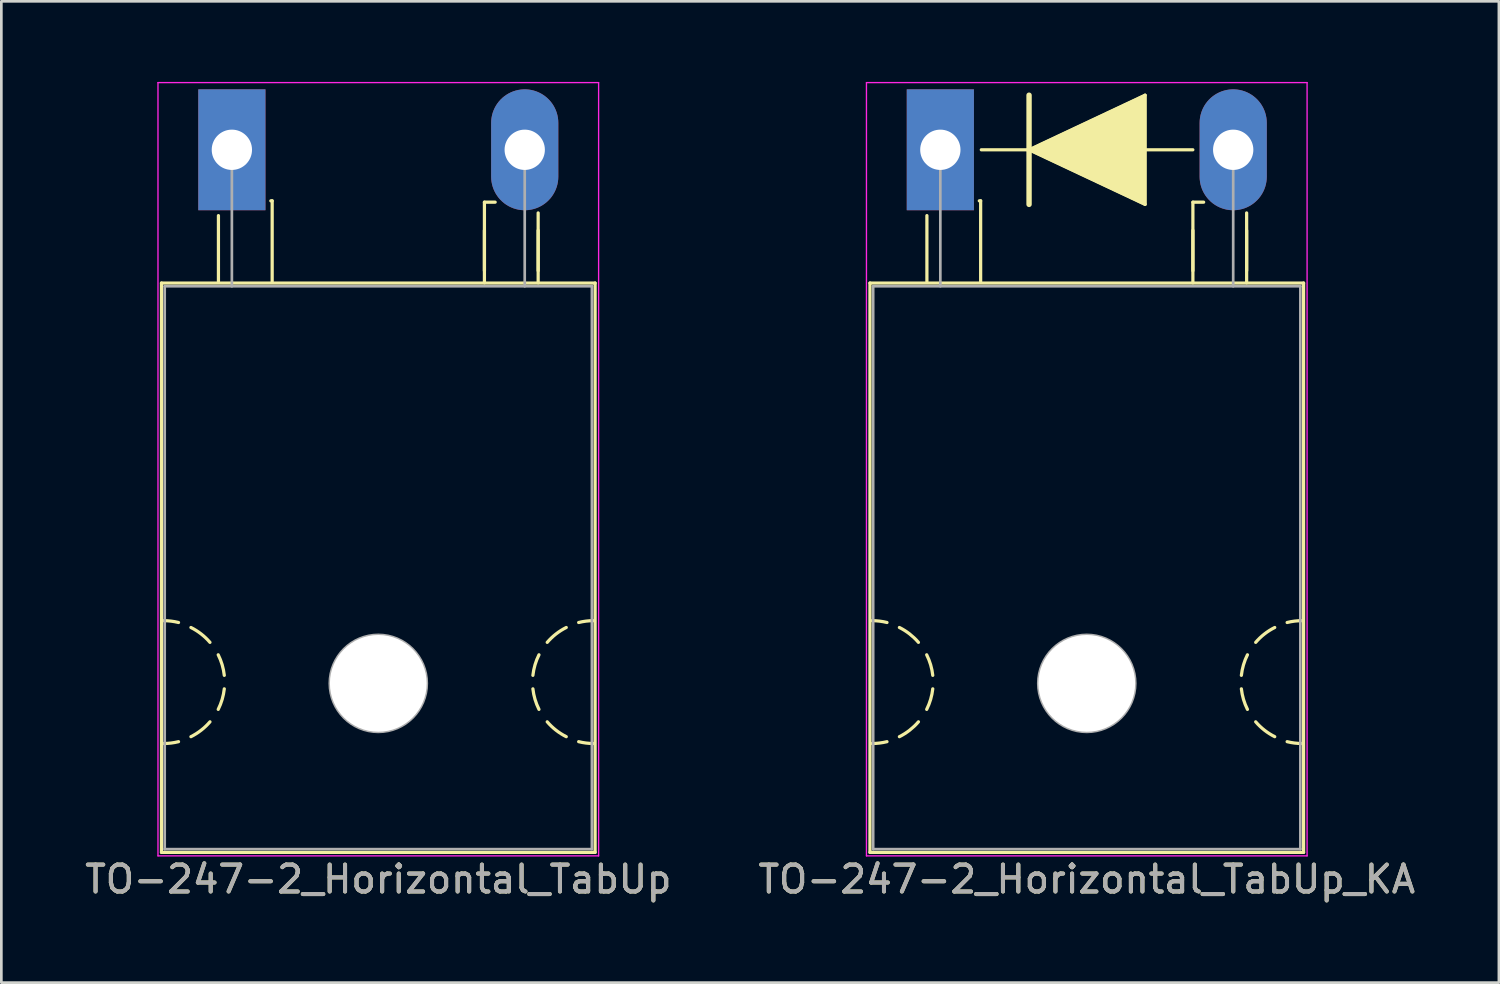
<source format=kicad_pcb>
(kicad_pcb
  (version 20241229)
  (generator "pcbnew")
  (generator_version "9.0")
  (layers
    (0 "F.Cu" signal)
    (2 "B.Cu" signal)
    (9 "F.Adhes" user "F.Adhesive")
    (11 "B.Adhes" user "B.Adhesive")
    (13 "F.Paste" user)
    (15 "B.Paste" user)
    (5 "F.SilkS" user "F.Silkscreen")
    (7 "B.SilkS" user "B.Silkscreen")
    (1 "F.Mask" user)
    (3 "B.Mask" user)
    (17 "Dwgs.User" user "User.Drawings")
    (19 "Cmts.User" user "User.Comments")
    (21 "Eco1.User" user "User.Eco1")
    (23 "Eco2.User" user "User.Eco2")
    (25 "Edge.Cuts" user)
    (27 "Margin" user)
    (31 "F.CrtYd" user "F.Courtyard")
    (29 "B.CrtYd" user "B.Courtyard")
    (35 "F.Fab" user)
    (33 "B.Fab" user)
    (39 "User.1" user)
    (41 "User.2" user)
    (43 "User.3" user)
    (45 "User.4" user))
  (footprint "TO-247-2_Horizontal_TabUp_KA"
    (layer "F.Cu")
    (at 31.949 2.525)
    (property "Reference" "TO-247-2_Horizontal_TabUp_KA" (at 5.45 27.15 0) (layer "F.SilkS") (effects (font (size 1 1) (thickness 0.15))))
    (fp_line (start -2.62 4.96) (end -2.62 26.15) (stroke (width 0.12) (type solid)) (layer "F.SilkS"))
    (fp_line (start -2.62 4.96) (end 13.52 4.96) (stroke (width 0.12) (type solid)) (layer "F.SilkS"))
    (fp_line (start -2.62 26.15) (end 13.52 26.15) (stroke (width 0.12) (type solid)) (layer "F.SilkS"))
    (fp_line (start -0.5 4.9) (end -0.5 2.45) (stroke (width 0.12) (type solid)) (layer "F.SilkS"))
    (fp_line (start 1.5 1.9) (end 1.45 1.9) (stroke (width 0.12) (type solid)) (layer "F.SilkS"))
    (fp_line (start 1.5 4.9) (end 1.5 1.9) (stroke (width 0.12) (type solid)) (layer "F.SilkS"))
    (fp_line (start 1.524 0) (end 3.302 0) (stroke (width 0.12) (type solid)) (layer "F.SilkS"))
    (fp_line (start 3.302 0) (end 3.302 -2.032) (stroke (width 0.2) (type solid)) (layer "F.SilkS"))
    (fp_line (start 3.302 0) (end 7.62 -2.032) (stroke (width 0.12) (type solid)) (layer "F.SilkS"))
    (fp_line (start 3.302 2.032) (end 3.302 0) (stroke (width 0.2) (type solid)) (layer "F.SilkS"))
    (fp_line (start 7.62 -2.032) (end 7.62 2.032) (stroke (width 0.12) (type solid)) (layer "F.SilkS"))
    (fp_line (start 7.62 0) (end 9.398 0) (stroke (width 0.12) (type solid)) (layer "F.SilkS"))
    (fp_line (start 7.62 2.032) (end 3.302 0) (stroke (width 0.12) (type solid)) (layer "F.SilkS"))
    (fp_line (start 9.4 1.95) (end 9.8 1.95) (stroke (width 0.12) (type solid)) (layer "F.SilkS"))
    (fp_line (start 9.4 4.5) (end 9.4 3) (stroke (width 0.12) (type solid)) (layer "F.SilkS"))
    (fp_line (start 9.4 4.95) (end 9.4 1.95) (stroke (width 0.12) (type solid)) (layer "F.SilkS"))
    (fp_line (start 11.4 4.5) (end 11.4 3) (stroke (width 0.12) (type solid)) (layer "F.SilkS"))
    (fp_line (start 11.4 4.95) (end 11.4 2.35) (stroke (width 0.12) (type solid)) (layer "F.SilkS"))
    (fp_line (start 13.52 4.96) (end 13.52 26.15) (stroke (width 0.12) (type solid)) (layer "F.SilkS"))
    (fp_arc (start -2.54 17.526) (mid -2.260689 17.543128) (end -1.985564 17.594254) (stroke (width 0.12) (type solid)) (layer "F.SilkS"))
    (fp_arc (start -1.985564 22.029746) (mid -2.260689 22.080872) (end -2.54 22.098) (stroke (width 0.12) (type solid)) (layer "F.SilkS"))
    (fp_arc (start -1.524001 17.780001) (mid -1.14188 18.02132) (end -0.815088 18.333504) (stroke (width 0.12) (type solid)) (layer "F.SilkS"))
    (fp_arc (start -0.815087 21.290497) (mid -1.141879 21.60268) (end -1.524 21.844) (stroke (width 0.12) (type solid)) (layer "F.SilkS"))
    (fp_arc (start -0.508001 18.796001) (mid -0.361178 19.168563) (end -0.282051 19.561117) (stroke (width 0.12) (type solid)) (layer "F.SilkS"))
    (fp_arc (start -0.282051 20.062883) (mid -0.361178 20.455437) (end -0.508001 20.827999) (stroke (width 0.12) (type solid)) (layer "F.SilkS"))
    (fp_arc (start 11.204051 19.561117) (mid 11.283178 19.168563) (end 11.430001 18.796001) (stroke (width 0.12) (type solid)) (layer "F.SilkS"))
    (fp_arc (start 11.430001 20.827999) (mid 11.283178 20.455437) (end 11.204051 20.062883) (stroke (width 0.12) (type solid)) (layer "F.SilkS"))
    (fp_arc (start 11.737087 18.333503) (mid 12.063879 18.02132) (end 12.446 17.78) (stroke (width 0.12) (type solid)) (layer "F.SilkS"))
    (fp_arc (start 12.446001 21.843999) (mid 12.06388 21.60268) (end 11.737088 21.290496) (stroke (width 0.12) (type solid)) (layer "F.SilkS"))
    (fp_arc (start 12.907564 17.594254) (mid 13.182689 17.543128) (end 13.462 17.526) (stroke (width 0.12) (type solid)) (layer "F.SilkS"))
    (fp_arc (start 13.462 22.098) (mid 13.182689 22.080872) (end 12.907564 22.029746) (stroke (width 0.12) (type solid)) (layer "F.SilkS"))
    (fp_poly (pts (xy 7.62 2.032) (xy 3.302 0) (xy 7.62 -2.032)) (stroke (width 0.1) (type solid)) (fill yes) (layer "F.SilkS"))
    (fp_line (start -2.75 -2.5) (end -2.75 26.28) (stroke (width 0.05) (type solid)) (layer "F.CrtYd"))
    (fp_line (start -2.75 26.28) (end 13.65 26.28) (stroke (width 0.05) (type solid)) (layer "F.CrtYd"))
    (fp_line (start 13.65 -2.5) (end -2.75 -2.5) (stroke (width 0.05) (type solid)) (layer "F.CrtYd"))
    (fp_line (start 13.65 26.28) (end 13.65 -2.5) (stroke (width 0.05) (type solid)) (layer "F.CrtYd"))
    (fp_line (start -2.5 5.08) (end -2.5 26.03) (stroke (width 0.1) (type solid)) (layer "F.Fab"))
    (fp_line (start -2.5 26.03) (end 13.4 26.03) (stroke (width 0.1) (type solid)) (layer "F.Fab"))
    (fp_line (start 0 5.08) (end 0 0) (stroke (width 0.1) (type solid)) (layer "F.Fab"))
    (fp_line (start 10.9 5.08) (end 10.9 0) (stroke (width 0.1) (type solid)) (layer "F.Fab"))
    (fp_line (start 13.4 5.08) (end -2.5 5.08) (stroke (width 0.1) (type solid)) (layer "F.Fab"))
    (fp_line (start 13.4 26.03) (end 13.4 5.08) (stroke (width 0.1) (type solid)) (layer "F.Fab"))
    (fp_circle (center 5.45 19.86) (end 7.255 19.86) (stroke (width 0.1) (type solid)) (fill no) (layer "F.Fab"))
    (fp_text user "${REFERENCE}" (at 5.45 27.15 0) (layer "F.Fab") (effects (font (size 1 1) (thickness 0.15))))
    (pad "" np_thru_hole oval (at 5.45 19.86) (size 3.6 3.6) (drill 3.6) (layers "*.Cu" "*.Mask"))
    (pad "1" thru_hole rect (at 0 0) (size 2.5 4.5) (drill 1.5) (layers "*.Cu" "*.Mask"))
    (pad "2" thru_hole oval (at 10.9 0) (size 2.5 4.5) (drill 1.5) (layers "*.Cu" "*.Mask")))
  (footprint "TO-247-2_Horizontal_TabUp"
    (layer "F.Cu")
    (at 5.58 2.525)
    (property "Reference" "TO-247-2_Horizontal_TabUp" (at 5.45 27.15 0) (layer "F.SilkS") (effects (font (size 1 1) (thickness 0.15))))
    (attr through_hole)
    (fp_line (start -2.62 4.96) (end -2.62 26.15) (stroke (width 0.12) (type solid)) (layer "F.SilkS"))
    (fp_line (start -2.62 4.96) (end 13.52 4.96) (stroke (width 0.12) (type solid)) (layer "F.SilkS"))
    (fp_line (start -2.62 26.15) (end 13.52 26.15) (stroke (width 0.12) (type solid)) (layer "F.SilkS"))
    (fp_line (start -0.5 4.9) (end -0.5 2.45) (stroke (width 0.12) (type solid)) (layer "F.SilkS"))
    (fp_line (start 1.5 1.9) (end 1.45 1.9) (stroke (width 0.12) (type solid)) (layer "F.SilkS"))
    (fp_line (start 1.5 4.9) (end 1.5 1.9) (stroke (width 0.12) (type solid)) (layer "F.SilkS"))
    (fp_line (start 9.4 1.95) (end 9.8 1.95) (stroke (width 0.12) (type solid)) (layer "F.SilkS"))
    (fp_line (start 9.4 4.5) (end 9.4 3) (stroke (width 0.12) (type solid)) (layer "F.SilkS"))
    (fp_line (start 9.4 4.95) (end 9.4 1.95) (stroke (width 0.12) (type solid)) (layer "F.SilkS"))
    (fp_line (start 11.4 4.5) (end 11.4 3) (stroke (width 0.12) (type solid)) (layer "F.SilkS"))
    (fp_line (start 11.4 4.95) (end 11.4 2.35) (stroke (width 0.12) (type solid)) (layer "F.SilkS"))
    (fp_line (start 13.52 4.96) (end 13.52 26.15) (stroke (width 0.12) (type solid)) (layer "F.SilkS"))
    (fp_arc (start -2.54 17.526) (mid -2.260689 17.543128) (end -1.985564 17.594254) (stroke (width 0.12) (type solid)) (layer "F.SilkS"))
    (fp_arc (start -1.985564 22.029746) (mid -2.260689 22.080872) (end -2.54 22.098) (stroke (width 0.12) (type solid)) (layer "F.SilkS"))
    (fp_arc (start -1.524001 17.780001) (mid -1.14188 18.02132) (end -0.815088 18.333504) (stroke (width 0.12) (type solid)) (layer "F.SilkS"))
    (fp_arc (start -0.815087 21.290497) (mid -1.141879 21.60268) (end -1.524 21.844) (stroke (width 0.12) (type solid)) (layer "F.SilkS"))
    (fp_arc (start -0.508001 18.796001) (mid -0.361178 19.168563) (end -0.282051 19.561117) (stroke (width 0.12) (type solid)) (layer "F.SilkS"))
    (fp_arc (start -0.282051 20.062883) (mid -0.361178 20.455437) (end -0.508001 20.827999) (stroke (width 0.12) (type solid)) (layer "F.SilkS"))
    (fp_arc (start 11.204051 19.561117) (mid 11.283178 19.168563) (end 11.430001 18.796001) (stroke (width 0.12) (type solid)) (layer "F.SilkS"))
    (fp_arc (start 11.430001 20.827999) (mid 11.283178 20.455437) (end 11.204051 20.062883) (stroke (width 0.12) (type solid)) (layer "F.SilkS"))
    (fp_arc (start 11.737087 18.333503) (mid 12.063879 18.02132) (end 12.446 17.78) (stroke (width 0.12) (type solid)) (layer "F.SilkS"))
    (fp_arc (start 12.446001 21.843999) (mid 12.06388 21.60268) (end 11.737088 21.290496) (stroke (width 0.12) (type solid)) (layer "F.SilkS"))
    (fp_arc (start 12.907564 17.594254) (mid 13.182689 17.543128) (end 13.462 17.526) (stroke (width 0.12) (type solid)) (layer "F.SilkS"))
    (fp_arc (start 13.462 22.098) (mid 13.182689 22.080872) (end 12.907564 22.029746) (stroke (width 0.12) (type solid)) (layer "F.SilkS"))
    (fp_line (start -2.75 -2.5) (end -2.75 26.28) (stroke (width 0.05) (type solid)) (layer "F.CrtYd"))
    (fp_line (start -2.75 26.28) (end 13.65 26.28) (stroke (width 0.05) (type solid)) (layer "F.CrtYd"))
    (fp_line (start 13.65 -2.5) (end -2.75 -2.5) (stroke (width 0.05) (type solid)) (layer "F.CrtYd"))
    (fp_line (start 13.65 26.28) (end 13.65 -2.5) (stroke (width 0.05) (type solid)) (layer "F.CrtYd"))
    (fp_line (start -2.5 5.08) (end -2.5 26.03) (stroke (width 0.1) (type solid)) (layer "F.Fab"))
    (fp_line (start -2.5 26.03) (end 13.4 26.03) (stroke (width 0.1) (type solid)) (layer "F.Fab"))
    (fp_line (start 0 5.08) (end 0 0) (stroke (width 0.1) (type solid)) (layer "F.Fab"))
    (fp_line (start 10.9 5.08) (end 10.9 0) (stroke (width 0.1) (type solid)) (layer "F.Fab"))
    (fp_line (start 13.4 5.08) (end -2.5 5.08) (stroke (width 0.1) (type solid)) (layer "F.Fab"))
    (fp_line (start 13.4 26.03) (end 13.4 5.08) (stroke (width 0.1) (type solid)) (layer "F.Fab"))
    (fp_circle (center 5.45 19.86) (end 7.255 19.86) (stroke (width 0.1) (type solid)) (fill no) (layer "F.Fab"))
    (fp_text user "${REFERENCE}" (at 5.45 27.15 0) (layer "F.Fab") (effects (font (size 1 1) (thickness 0.15))))
    (pad "" np_thru_hole oval (at 5.45 19.86) (size 3.6 3.6) (drill 3.6) (layers "*.Cu" "*.Mask"))
    (pad "1" thru_hole rect (at 0 0) (size 2.5 4.5) (drill 1.5) (layers "*.Cu" "*.Mask"))
    (pad "2" thru_hole oval (at 10.9 0) (size 2.5 4.5) (drill 1.5) (layers "*.Cu" "*.Mask")))
  (gr_rect
    (start -3 -3)
    (end 52.738 33.523)
    (stroke (width 0.1) (type default))
    (fill no)
    (layer "Edge.Cuts")))
</source>
